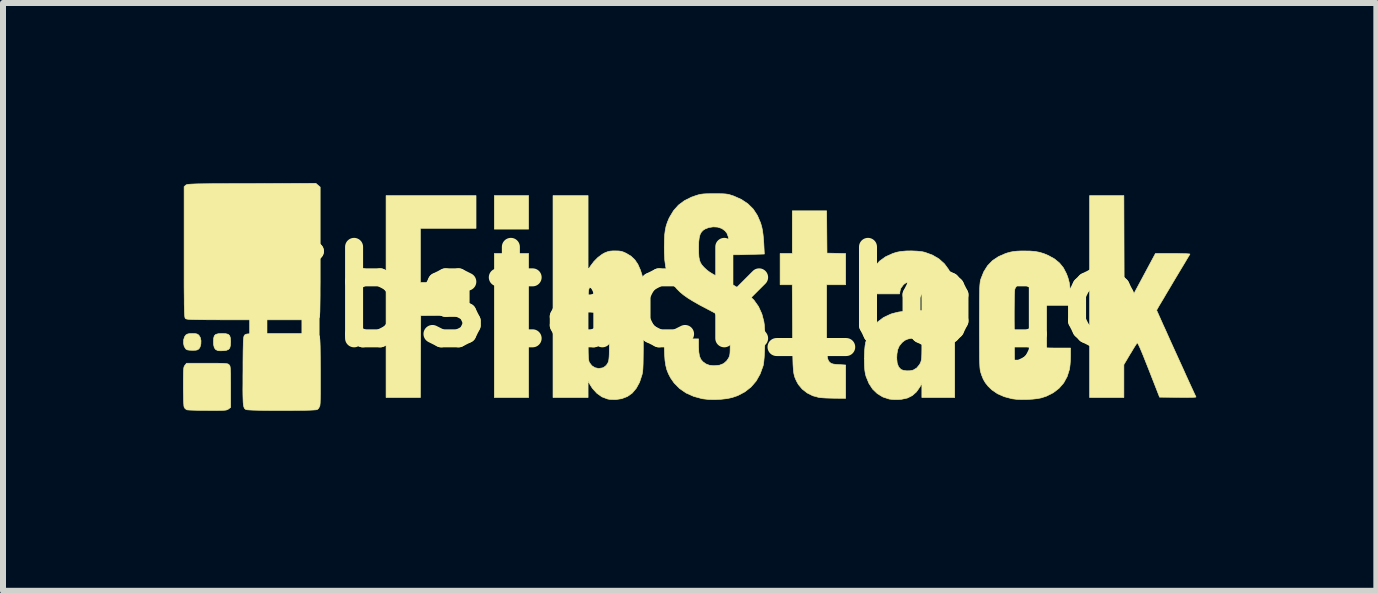
<source format=kicad_pcb>
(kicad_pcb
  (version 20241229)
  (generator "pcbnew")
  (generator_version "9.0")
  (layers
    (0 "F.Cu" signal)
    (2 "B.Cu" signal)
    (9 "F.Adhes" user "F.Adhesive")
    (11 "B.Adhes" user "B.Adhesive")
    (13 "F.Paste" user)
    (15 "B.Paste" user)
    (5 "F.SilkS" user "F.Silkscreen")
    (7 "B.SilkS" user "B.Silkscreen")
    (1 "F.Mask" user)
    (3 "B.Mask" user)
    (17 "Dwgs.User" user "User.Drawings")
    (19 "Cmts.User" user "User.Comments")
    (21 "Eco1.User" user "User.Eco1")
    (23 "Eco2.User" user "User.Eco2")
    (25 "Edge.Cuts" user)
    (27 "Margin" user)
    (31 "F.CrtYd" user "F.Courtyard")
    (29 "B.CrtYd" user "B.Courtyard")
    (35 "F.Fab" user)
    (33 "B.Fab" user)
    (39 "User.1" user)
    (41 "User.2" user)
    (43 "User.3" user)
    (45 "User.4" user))
  (footprint "fibstack_logo"
    (layer "F.Cu")
    (at 8.438 1.898)
    (property "Reference" "fibstack_logo" (at 0 0 0) (layer "F.SilkS") (effects (font (size 1.524 1.524) (thickness 0.3))))
    (attr through_hole)
    (fp_poly (pts (xy -2.68 -1.13) (xy -3.251 -1.13) (xy -3.251 -1.689) (xy -2.68 -1.689) (xy -2.68 -1.13)) (stroke (width 0.01) (type solid)) (fill yes) (layer "F.SilkS"))
    (fp_poly (pts (xy -2.68 1.676) (xy -3.251 1.676) (xy -3.251 -0.724) (xy -2.68 -0.724) (xy -2.68 1.676)) (stroke (width 0.01) (type solid)) (fill yes) (layer "F.SilkS"))
    (fp_poly (pts (xy -3.556 -1.143) (xy -4.483 -1.143) (xy -4.483 -0.241) (xy -3.67 -0.241) (xy -3.67 0.304) (xy -4.074 0.308) (xy -4.477 0.311) (xy -4.48 0.994) (xy -4.483 1.676) (xy -5.055 1.676) (xy -5.055 -1.689) (xy -3.556 -1.689) (xy -3.556 -1.143)) (stroke (width 0.01) (type solid)) (fill yes) (layer "F.SilkS"))
    (fp_poly (pts (xy -7.727 0.612) (xy -7.685 0.623) (xy -7.661 0.646) (xy -7.649 0.684) (xy -7.645 0.743) (xy -7.645 0.748) (xy -7.649 0.81) (xy -7.66 0.852) (xy -7.684 0.877) (xy -7.722 0.891) (xy -7.76 0.895) (xy -7.804 0.897) (xy -7.842 0.896) (xy -7.857 0.894) (xy -7.894 0.877) (xy -7.917 0.845) (xy -7.929 0.795) (xy -7.931 0.749) (xy -7.928 0.688) (xy -7.917 0.648) (xy -7.893 0.624) (xy -7.852 0.613) (xy -7.791 0.61) (xy -7.789 0.61) (xy -7.727 0.612)) (stroke (width 0.01) (type solid)) (fill yes) (layer "F.SilkS"))
    (fp_poly (pts (xy -8.236 0.611) (xy -8.206 0.617) (xy -8.183 0.63) (xy -8.172 0.641) (xy -8.15 0.678) (xy -8.139 0.729) (xy -8.141 0.784) (xy -8.154 0.833) (xy -8.167 0.856) (xy -8.184 0.873) (xy -8.203 0.883) (xy -8.232 0.888) (xy -8.278 0.889) (xy -8.281 0.889) (xy -8.333 0.887) (xy -8.366 0.882) (xy -8.388 0.87) (xy -8.394 0.864) (xy -8.419 0.824) (xy -8.43 0.771) (xy -8.428 0.715) (xy -8.413 0.665) (xy -8.392 0.635) (xy -8.369 0.62) (xy -8.337 0.612) (xy -8.288 0.61) (xy -8.284 0.61) (xy -8.236 0.611)) (stroke (width 0.01) (type solid)) (fill yes) (layer "F.SilkS"))
    (fp_poly (pts (xy -7.936 1.105) (xy -7.856 1.105) (xy -7.795 1.106) (xy -7.751 1.108) (xy -7.72 1.111) (xy -7.699 1.114) (xy -7.685 1.119) (xy -7.675 1.126) (xy -7.671 1.13) (xy -7.663 1.139) (xy -7.657 1.15) (xy -7.653 1.167) (xy -7.65 1.193) (xy -7.648 1.23) (xy -7.646 1.282) (xy -7.646 1.352) (xy -7.645 1.442) (xy -7.645 1.498) (xy -7.645 1.84) (xy -7.679 1.866) (xy -7.69 1.874) (xy -7.704 1.88) (xy -7.722 1.885) (xy -7.749 1.888) (xy -7.787 1.89) (xy -7.841 1.891) (xy -7.912 1.892) (xy -8.005 1.892) (xy -8.031 1.891) (xy -8.12 1.891) (xy -8.202 1.889) (xy -8.273 1.887) (xy -8.328 1.885) (xy -8.366 1.882) (xy -8.379 1.879) (xy -8.405 1.859) (xy -8.42 1.835) (xy -8.424 1.813) (xy -8.427 1.769) (xy -8.43 1.708) (xy -8.431 1.632) (xy -8.433 1.546) (xy -8.433 1.487) (xy -8.433 1.389) (xy -8.432 1.313) (xy -8.431 1.256) (xy -8.429 1.215) (xy -8.426 1.186) (xy -8.422 1.166) (xy -8.416 1.152) (xy -8.408 1.14) (xy -8.406 1.138) (xy -8.38 1.105) (xy -8.038 1.105) (xy -7.936 1.105)) (stroke (width 0.01) (type solid)) (fill yes) (layer "F.SilkS"))
    (fp_poly (pts (xy 2.292 -0.73) (xy 2.448 -0.727) (xy 2.603 -0.723) (xy 2.603 -0.203) (xy 2.286 -0.203) (xy 2.286 0.394) (xy 2.286 0.539) (xy 2.286 0.661) (xy 2.287 0.762) (xy 2.288 0.844) (xy 2.291 0.91) (xy 2.294 0.961) (xy 2.298 1.001) (xy 2.304 1.03) (xy 2.312 1.052) (xy 2.321 1.069) (xy 2.332 1.083) (xy 2.346 1.096) (xy 2.347 1.097) (xy 2.368 1.11) (xy 2.401 1.119) (xy 2.45 1.125) (xy 2.489 1.127) (xy 2.603 1.134) (xy 2.603 1.689) (xy 2.416 1.688) (xy 2.343 1.686) (xy 2.272 1.684) (xy 2.212 1.68) (xy 2.167 1.676) (xy 2.159 1.675) (xy 2.056 1.647) (xy 1.962 1.6) (xy 1.88 1.536) (xy 1.816 1.46) (xy 1.79 1.414) (xy 1.776 1.385) (xy 1.764 1.358) (xy 1.754 1.332) (xy 1.746 1.303) (xy 1.739 1.27) (xy 1.734 1.231) (xy 1.73 1.182) (xy 1.726 1.123) (xy 1.724 1.05) (xy 1.722 0.962) (xy 1.721 0.856) (xy 1.719 0.73) (xy 1.718 0.581) (xy 1.718 0.511) (xy 1.713 -0.203) (xy 1.511 -0.203) (xy 1.511 -0.724) (xy 1.714 -0.724) (xy 1.714 -1.435) (xy 2.286 -1.435) (xy 2.292 -0.73)) (stroke (width 0.01) (type solid)) (fill yes) (layer "F.SilkS"))
    (fp_poly (pts (xy -6.189 -1.862) (xy -6.153 -1.831) (xy -6.153 -0.752) (xy -6.153 -0.561) (xy -6.153 -0.394) (xy -6.153 -0.25) (xy -6.154 -0.126) (xy -6.154 -0.02) (xy -6.155 0.068) (xy -6.156 0.14) (xy -6.157 0.198) (xy -6.158 0.244) (xy -6.16 0.28) (xy -6.162 0.306) (xy -6.165 0.325) (xy -6.168 0.337) (xy -6.171 0.346) (xy -6.175 0.352) (xy -6.177 0.354) (xy -6.202 0.381) (xy -7.29 0.381) (xy -7.481 0.381) (xy -7.649 0.381) (xy -7.795 0.381) (xy -7.92 0.38) (xy -8.026 0.38) (xy -8.114 0.379) (xy -8.187 0.378) (xy -8.246 0.377) (xy -8.293 0.376) (xy -8.328 0.374) (xy -8.354 0.372) (xy -8.373 0.369) (xy -8.385 0.366) (xy -8.393 0.363) (xy -8.398 0.359) (xy -8.399 0.358) (xy -8.403 0.352) (xy -8.406 0.343) (xy -8.409 0.328) (xy -8.411 0.306) (xy -8.413 0.276) (xy -8.415 0.236) (xy -8.416 0.184) (xy -8.418 0.119) (xy -8.418 0.039) (xy -8.419 -0.058) (xy -8.42 -0.172) (xy -8.42 -0.307) (xy -8.42 -0.462) (xy -8.42 -0.641) (xy -8.42 -0.752) (xy -8.42 -1.838) (xy -8.393 -1.862) (xy -8.388 -1.866) (xy -8.38 -1.87) (xy -8.369 -1.873) (xy -8.353 -1.876) (xy -8.33 -1.878) (xy -8.298 -1.88) (xy -8.256 -1.882) (xy -8.202 -1.884) (xy -8.135 -1.885) (xy -8.053 -1.886) (xy -7.954 -1.887) (xy -7.837 -1.887) (xy -7.7 -1.888) (xy -7.541 -1.889) (xy -7.359 -1.889) (xy -7.296 -1.889) (xy -6.225 -1.893) (xy -6.189 -1.862)) (stroke (width 0.01) (type solid)) (fill yes) (layer "F.SilkS"))
    (fp_poly (pts (xy 7.242 -0.722) (xy 7.245 0.246) (xy 7.505 -0.239) (xy 7.765 -0.724) (xy 8.055 -0.724) (xy 8.137 -0.724) (xy 8.21 -0.722) (xy 8.27 -0.721) (xy 8.314 -0.718) (xy 8.337 -0.716) (xy 8.34 -0.714) (xy 8.333 -0.702) (xy 8.314 -0.67) (xy 8.284 -0.62) (xy 8.246 -0.556) (xy 8.2 -0.48) (xy 8.148 -0.393) (xy 8.091 -0.298) (xy 8.06 -0.246) (xy 8.002 -0.148) (xy 7.947 -0.056) (xy 7.899 0.026) (xy 7.857 0.096) (xy 7.823 0.153) (xy 7.8 0.194) (xy 7.787 0.217) (xy 7.785 0.221) (xy 7.79 0.233) (xy 7.805 0.266) (xy 7.828 0.318) (xy 7.858 0.385) (xy 7.894 0.466) (xy 7.936 0.557) (xy 7.981 0.658) (xy 8.029 0.765) (xy 8.079 0.875) (xy 8.13 0.987) (xy 8.181 1.099) (xy 8.23 1.206) (xy 8.276 1.309) (xy 8.319 1.403) (xy 8.357 1.486) (xy 8.39 1.557) (xy 8.415 1.612) (xy 8.433 1.649) (xy 8.441 1.666) (xy 8.441 1.667) (xy 8.431 1.67) (xy 8.398 1.672) (xy 8.347 1.673) (xy 8.281 1.674) (xy 8.203 1.674) (xy 8.141 1.673) (xy 7.834 1.67) (xy 7.654 1.21) (xy 7.605 1.087) (xy 7.565 0.986) (xy 7.532 0.906) (xy 7.506 0.845) (xy 7.486 0.803) (xy 7.472 0.776) (xy 7.463 0.766) (xy 7.46 0.766) (xy 7.449 0.782) (xy 7.427 0.815) (xy 7.398 0.862) (xy 7.364 0.919) (xy 7.342 0.954) (xy 7.239 1.128) (xy 7.239 1.676) (xy 6.668 1.676) (xy 6.668 -1.689) (xy 7.239 -1.689) (xy 7.242 -0.722)) (stroke (width 0.01) (type solid)) (fill yes) (layer "F.SilkS"))
    (fp_poly (pts (xy -6.656 0.61) (xy -6.542 0.61) (xy -6.448 0.61) (xy -6.372 0.611) (xy -6.314 0.612) (xy -6.269 0.613) (xy -6.237 0.615) (xy -6.214 0.618) (xy -6.199 0.622) (xy -6.189 0.626) (xy -6.182 0.632) (xy -6.177 0.636) (xy -6.172 0.644) (xy -6.167 0.654) (xy -6.163 0.669) (xy -6.16 0.692) (xy -6.157 0.724) (xy -6.155 0.768) (xy -6.153 0.826) (xy -6.152 0.901) (xy -6.151 0.995) (xy -6.15 1.11) (xy -6.149 1.217) (xy -6.149 1.372) (xy -6.149 1.505) (xy -6.149 1.616) (xy -6.151 1.703) (xy -6.153 1.767) (xy -6.157 1.806) (xy -6.159 1.817) (xy -6.18 1.858) (xy -6.204 1.878) (xy -6.225 1.881) (xy -6.267 1.884) (xy -6.329 1.887) (xy -6.406 1.889) (xy -6.495 1.89) (xy -6.594 1.891) (xy -6.699 1.892) (xy -6.807 1.892) (xy -6.914 1.892) (xy -7.018 1.891) (xy -7.116 1.89) (xy -7.203 1.888) (xy -7.277 1.886) (xy -7.335 1.883) (xy -7.373 1.88) (xy -7.387 1.877) (xy -7.4 1.87) (xy -7.411 1.861) (xy -7.419 1.847) (xy -7.426 1.827) (xy -7.432 1.797) (xy -7.436 1.757) (xy -7.438 1.704) (xy -7.44 1.635) (xy -7.441 1.548) (xy -7.44 1.442) (xy -7.44 1.314) (xy -7.439 1.23) (xy -7.439 1.095) (xy -7.438 0.983) (xy -7.437 0.892) (xy -7.435 0.819) (xy -7.434 0.762) (xy -7.432 0.72) (xy -7.429 0.689) (xy -7.426 0.668) (xy -7.422 0.653) (xy -7.417 0.643) (xy -7.412 0.636) (xy -7.406 0.63) (xy -7.398 0.625) (xy -7.387 0.621) (xy -7.369 0.617) (xy -7.344 0.615) (xy -7.308 0.613) (xy -7.26 0.611) (xy -7.196 0.611) (xy -7.116 0.61) (xy -7.016 0.61) (xy -6.894 0.61) (xy -6.795 0.61) (xy -6.656 0.61)) (stroke (width 0.01) (type solid)) (fill yes) (layer "F.SilkS"))
    (fp_poly (pts (xy 5.673 -0.765) (xy 5.758 -0.758) (xy 5.834 -0.744) (xy 5.906 -0.722) (xy 5.98 -0.691) (xy 6.083 -0.634) (xy 6.165 -0.567) (xy 6.231 -0.486) (xy 6.283 -0.386) (xy 6.306 -0.324) (xy 6.32 -0.276) (xy 6.331 -0.23) (xy 6.338 -0.178) (xy 6.343 -0.113) (xy 6.346 -0.043) (xy 6.354 0.14) (xy 5.781 0.14) (xy 5.776 0.01) (xy 5.77 -0.071) (xy 5.759 -0.131) (xy 5.741 -0.175) (xy 5.714 -0.208) (xy 5.686 -0.23) (xy 5.65 -0.246) (xy 5.608 -0.252) (xy 5.578 -0.25) (xy 5.513 -0.235) (xy 5.462 -0.199) (xy 5.428 -0.145) (xy 5.422 -0.128) (xy 5.419 -0.102) (xy 5.416 -0.052) (xy 5.414 0.021) (xy 5.413 0.118) (xy 5.412 0.237) (xy 5.412 0.377) (xy 5.413 0.511) (xy 5.417 1.104) (xy 5.457 1.145) (xy 5.486 1.17) (xy 5.515 1.183) (xy 5.557 1.19) (xy 5.573 1.191) (xy 5.64 1.19) (xy 5.692 1.175) (xy 5.73 1.143) (xy 5.755 1.093) (xy 5.77 1.023) (xy 5.776 0.954) (xy 5.782 0.835) (xy 5.847 0.843) (xy 5.882 0.845) (xy 5.936 0.848) (xy 6.004 0.85) (xy 6.079 0.851) (xy 6.131 0.851) (xy 6.35 0.851) (xy 6.35 0.987) (xy 6.348 1.055) (xy 6.343 1.124) (xy 6.336 1.183) (xy 6.332 1.208) (xy 6.294 1.327) (xy 6.236 1.433) (xy 6.158 1.523) (xy 6.061 1.597) (xy 5.947 1.654) (xy 5.861 1.682) (xy 5.798 1.694) (xy 5.718 1.703) (xy 5.628 1.708) (xy 5.538 1.709) (xy 5.454 1.706) (xy 5.386 1.698) (xy 5.378 1.697) (xy 5.246 1.662) (xy 5.134 1.613) (xy 5.039 1.548) (xy 4.977 1.488) (xy 4.931 1.43) (xy 4.897 1.372) (xy 4.869 1.303) (xy 4.856 1.263) (xy 4.851 1.245) (xy 4.846 1.225) (xy 4.843 1.202) (xy 4.84 1.171) (xy 4.838 1.133) (xy 4.836 1.084) (xy 4.834 1.022) (xy 4.834 0.945) (xy 4.833 0.851) (xy 4.833 0.738) (xy 4.832 0.603) (xy 4.832 0.483) (xy 4.832 0.33) (xy 4.833 0.2) (xy 4.833 0.091) (xy 4.834 0.001) (xy 4.835 -0.072) (xy 4.836 -0.131) (xy 4.838 -0.177) (xy 4.841 -0.214) (xy 4.844 -0.242) (xy 4.847 -0.265) (xy 4.852 -0.284) (xy 4.856 -0.298) (xy 4.904 -0.419) (xy 4.968 -0.521) (xy 5.049 -0.605) (xy 5.149 -0.672) (xy 5.268 -0.724) (xy 5.3 -0.734) (xy 5.352 -0.748) (xy 5.402 -0.757) (xy 5.457 -0.763) (xy 5.525 -0.766) (xy 5.569 -0.766) (xy 5.673 -0.765)) (stroke (width 0.01) (type solid)) (fill yes) (layer "F.SilkS"))
    (fp_poly (pts (xy 3.796 -0.763) (xy 3.878 -0.754) (xy 3.923 -0.744) (xy 4.049 -0.698) (xy 4.158 -0.634) (xy 4.249 -0.552) (xy 4.321 -0.454) (xy 4.373 -0.339) (xy 4.401 -0.234) (xy 4.405 -0.211) (xy 4.408 -0.181) (xy 4.411 -0.142) (xy 4.413 -0.094) (xy 4.415 -0.033) (xy 4.416 0.041) (xy 4.418 0.131) (xy 4.418 0.238) (xy 4.419 0.364) (xy 4.419 0.512) (xy 4.42 0.682) (xy 4.42 0.769) (xy 4.42 1.676) (xy 3.873 1.676) (xy 3.873 1.441) (xy 3.841 1.499) (xy 3.783 1.582) (xy 3.714 1.643) (xy 3.633 1.684) (xy 3.536 1.705) (xy 3.486 1.709) (xy 3.429 1.71) (xy 3.374 1.707) (xy 3.332 1.702) (xy 3.33 1.702) (xy 3.223 1.667) (xy 3.131 1.611) (xy 3.053 1.536) (xy 2.991 1.441) (xy 2.944 1.327) (xy 2.932 1.283) (xy 2.923 1.227) (xy 2.917 1.154) (xy 2.915 1.069) (xy 2.915 1.021) (xy 3.454 1.021) (xy 3.462 1.103) (xy 3.485 1.165) (xy 3.524 1.207) (xy 3.529 1.21) (xy 3.567 1.224) (xy 3.62 1.231) (xy 3.675 1.23) (xy 3.724 1.22) (xy 3.73 1.218) (xy 3.788 1.183) (xy 3.835 1.126) (xy 3.849 1.099) (xy 3.859 1.073) (xy 3.866 1.042) (xy 3.87 1.002) (xy 3.872 0.946) (xy 3.873 0.87) (xy 3.873 0.867) (xy 3.873 0.686) (xy 3.781 0.686) (xy 3.702 0.689) (xy 3.64 0.701) (xy 3.591 0.722) (xy 3.547 0.756) (xy 3.536 0.768) (xy 3.496 0.818) (xy 3.471 0.876) (xy 3.458 0.948) (xy 3.454 1.021) (xy 2.915 1.021) (xy 2.915 0.98) (xy 2.919 0.894) (xy 2.926 0.818) (xy 2.936 0.758) (xy 2.939 0.749) (xy 2.985 0.622) (xy 3.051 0.511) (xy 3.135 0.417) (xy 3.235 0.342) (xy 3.352 0.287) (xy 3.385 0.276) (xy 3.482 0.252) (xy 3.596 0.236) (xy 3.72 0.229) (xy 3.752 0.229) (xy 3.873 0.229) (xy 3.873 0.063) (xy 3.872 -0.024) (xy 3.867 -0.089) (xy 3.857 -0.137) (xy 3.841 -0.173) (xy 3.818 -0.199) (xy 3.795 -0.216) (xy 3.748 -0.234) (xy 3.687 -0.241) (xy 3.679 -0.241) (xy 3.634 -0.24) (xy 3.605 -0.233) (xy 3.58 -0.216) (xy 3.562 -0.199) (xy 3.523 -0.146) (xy 3.51 -0.103) (xy 3.502 -0.051) (xy 3.229 -0.051) (xy 2.955 -0.051) (xy 2.963 -0.15) (xy 2.984 -0.285) (xy 3.026 -0.405) (xy 3.088 -0.51) (xy 3.169 -0.598) (xy 3.269 -0.67) (xy 3.388 -0.724) (xy 3.454 -0.745) (xy 3.524 -0.758) (xy 3.611 -0.766) (xy 3.704 -0.767) (xy 3.796 -0.763)) (stroke (width 0.01) (type solid)) (fill yes) (layer "F.SilkS"))
    (fp_poly (pts (xy -1.689 -0.451) (xy -1.65 -0.513) (xy -1.593 -0.589) (xy -1.526 -0.657) (xy -1.454 -0.711) (xy -1.413 -0.734) (xy -1.368 -0.752) (xy -1.326 -0.763) (xy -1.277 -0.767) (xy -1.236 -0.767) (xy -1.179 -0.766) (xy -1.136 -0.76) (xy -1.096 -0.747) (xy -1.051 -0.726) (xy -0.973 -0.679) (xy -0.91 -0.619) (xy -0.859 -0.544) (xy -0.817 -0.449) (xy -0.791 -0.368) (xy -0.786 -0.349) (xy -0.782 -0.328) (xy -0.779 -0.302) (xy -0.776 -0.27) (xy -0.774 -0.23) (xy -0.772 -0.179) (xy -0.771 -0.115) (xy -0.77 -0.036) (xy -0.769 0.06) (xy -0.769 0.175) (xy -0.768 0.311) (xy -0.768 0.464) (xy -0.768 0.623) (xy -0.769 0.758) (xy -0.769 0.873) (xy -0.77 0.969) (xy -0.771 1.047) (xy -0.772 1.111) (xy -0.774 1.162) (xy -0.776 1.203) (xy -0.779 1.236) (xy -0.783 1.262) (xy -0.787 1.284) (xy -0.791 1.299) (xy -0.831 1.422) (xy -0.886 1.522) (xy -0.953 1.602) (xy -1.034 1.659) (xy -1.128 1.695) (xy -1.221 1.709) (xy -1.275 1.709) (xy -1.326 1.707) (xy -1.362 1.701) (xy -1.458 1.665) (xy -1.542 1.605) (xy -1.615 1.525) (xy -1.65 1.471) (xy -1.689 1.403) (xy -1.689 1.676) (xy -2.273 1.676) (xy -2.273 0.47) (xy -1.689 0.47) (xy -1.689 0.607) (xy -1.689 0.722) (xy -1.688 0.815) (xy -1.687 0.891) (xy -1.686 0.95) (xy -1.684 0.995) (xy -1.682 1.029) (xy -1.678 1.054) (xy -1.674 1.072) (xy -1.67 1.086) (xy -1.667 1.092) (xy -1.627 1.145) (xy -1.574 1.179) (xy -1.513 1.192) (xy -1.449 1.182) (xy -1.428 1.174) (xy -1.385 1.14) (xy -1.359 1.1) (xy -1.353 1.086) (xy -1.348 1.072) (xy -1.344 1.053) (xy -1.341 1.03) (xy -1.338 0.997) (xy -1.336 0.955) (xy -1.335 0.899) (xy -1.334 0.828) (xy -1.334 0.739) (xy -1.334 0.63) (xy -1.334 0.498) (xy -1.333 0.47) (xy -1.334 0.334) (xy -1.334 0.22) (xy -1.334 0.128) (xy -1.335 0.053) (xy -1.336 -0.005) (xy -1.338 -0.05) (xy -1.34 -0.084) (xy -1.343 -0.11) (xy -1.347 -0.129) (xy -1.352 -0.144) (xy -1.358 -0.157) (xy -1.359 -0.16) (xy -1.396 -0.21) (xy -1.444 -0.24) (xy -1.498 -0.252) (xy -1.554 -0.246) (xy -1.607 -0.221) (xy -1.651 -0.178) (xy -1.667 -0.151) (xy -1.672 -0.139) (xy -1.677 -0.124) (xy -1.68 -0.103) (xy -1.683 -0.074) (xy -1.685 -0.035) (xy -1.687 0.017) (xy -1.688 0.083) (xy -1.688 0.167) (xy -1.689 0.27) (xy -1.689 0.396) (xy -1.689 0.47) (xy -2.273 0.47) (xy -2.273 -1.689) (xy -1.689 -1.689) (xy -1.689 -0.451)) (stroke (width 0.01) (type solid)) (fill yes) (layer "F.SilkS"))
    (fp_poly (pts (xy 0.498 -1.72) (xy 0.557 -1.719) (xy 0.602 -1.716) (xy 0.639 -1.711) (xy 0.672 -1.703) (xy 0.709 -1.691) (xy 0.737 -1.682) (xy 0.865 -1.625) (xy 0.974 -1.552) (xy 1.063 -1.464) (xy 1.133 -1.357) (xy 1.186 -1.233) (xy 1.205 -1.167) (xy 1.217 -1.11) (xy 1.227 -1.036) (xy 1.235 -0.953) (xy 1.239 -0.893) (xy 1.248 -0.715) (xy 0.966 -0.707) (xy 0.884 -0.704) (xy 0.81 -0.703) (xy 0.748 -0.703) (xy 0.702 -0.703) (xy 0.677 -0.704) (xy 0.672 -0.705) (xy 0.667 -0.72) (xy 0.663 -0.755) (xy 0.661 -0.804) (xy 0.66 -0.846) (xy 0.657 -0.936) (xy 0.646 -1.006) (xy 0.626 -1.06) (xy 0.594 -1.101) (xy 0.549 -1.134) (xy 0.531 -1.144) (xy 0.468 -1.164) (xy 0.396 -1.168) (xy 0.323 -1.157) (xy 0.258 -1.131) (xy 0.224 -1.108) (xy 0.196 -1.076) (xy 0.176 -1.037) (xy 0.163 -0.985) (xy 0.155 -0.917) (xy 0.153 -0.829) (xy 0.153 -0.821) (xy 0.154 -0.733) (xy 0.158 -0.666) (xy 0.168 -0.614) (xy 0.183 -0.571) (xy 0.207 -0.533) (xy 0.241 -0.495) (xy 0.254 -0.482) (xy 0.291 -0.448) (xy 0.335 -0.415) (xy 0.39 -0.381) (xy 0.462 -0.341) (xy 0.502 -0.32) (xy 0.634 -0.251) (xy 0.751 -0.186) (xy 0.851 -0.126) (xy 0.932 -0.074) (xy 0.981 -0.038) (xy 1.075 0.053) (xy 1.151 0.16) (xy 1.207 0.283) (xy 1.24 0.409) (xy 1.248 0.465) (xy 1.253 0.54) (xy 1.256 0.627) (xy 1.256 0.723) (xy 1.255 0.821) (xy 1.251 0.916) (xy 1.246 1.004) (xy 1.239 1.078) (xy 1.231 1.134) (xy 1.227 1.149) (xy 1.178 1.284) (xy 1.112 1.401) (xy 1.027 1.5) (xy 0.924 1.581) (xy 0.805 1.644) (xy 0.711 1.676) (xy 0.627 1.694) (xy 0.528 1.705) (xy 0.422 1.71) (xy 0.319 1.708) (xy 0.229 1.698) (xy 0.214 1.696) (xy 0.071 1.657) (xy -0.055 1.601) (xy -0.164 1.526) (xy -0.255 1.434) (xy -0.314 1.349) (xy -0.349 1.282) (xy -0.376 1.215) (xy -0.394 1.143) (xy -0.407 1.059) (xy -0.414 0.958) (xy -0.416 0.905) (xy -0.422 0.699) (xy 0.152 0.699) (xy 0.152 0.826) (xy 0.156 0.916) (xy 0.167 0.985) (xy 0.189 1.038) (xy 0.223 1.079) (xy 0.27 1.113) (xy 0.284 1.12) (xy 0.333 1.138) (xy 0.396 1.145) (xy 0.42 1.145) (xy 0.502 1.137) (xy 0.568 1.111) (xy 0.619 1.067) (xy 0.646 1.029) (xy 0.658 1.008) (xy 0.666 0.988) (xy 0.672 0.966) (xy 0.676 0.936) (xy 0.678 0.895) (xy 0.679 0.839) (xy 0.679 0.762) (xy 0.679 0.742) (xy 0.679 0.512) (xy 0.641 0.45) (xy 0.613 0.411) (xy 0.578 0.374) (xy 0.533 0.337) (xy 0.474 0.298) (xy 0.398 0.254) (xy 0.301 0.203) (xy 0.3 0.202) (xy 0.172 0.135) (xy 0.065 0.074) (xy -0.023 0.02) (xy -0.097 -0.032) (xy -0.157 -0.082) (xy -0.207 -0.132) (xy -0.248 -0.181) (xy -0.302 -0.259) (xy -0.344 -0.337) (xy -0.375 -0.419) (xy -0.397 -0.509) (xy -0.411 -0.612) (xy -0.418 -0.733) (xy -0.419 -0.828) (xy -0.417 -0.941) (xy -0.413 -1.033) (xy -0.403 -1.111) (xy -0.389 -1.179) (xy -0.368 -1.243) (xy -0.341 -1.308) (xy -0.329 -1.331) (xy -0.264 -1.439) (xy -0.183 -1.53) (xy -0.084 -1.604) (xy 0.034 -1.663) (xy 0.114 -1.691) (xy 0.154 -1.703) (xy 0.191 -1.711) (xy 0.23 -1.716) (xy 0.279 -1.719) (xy 0.343 -1.72) (xy 0.419 -1.72) (xy 0.498 -1.72)) (stroke (width 0.01) (type solid)) (fill yes) (layer "F.SilkS")))
  (gr_rect
    (start -3 -3)
    (end 19.884 6.795)
    (stroke (width 0.1) (type default))
    (fill no)
    (layer "Edge.Cuts")))
</source>
